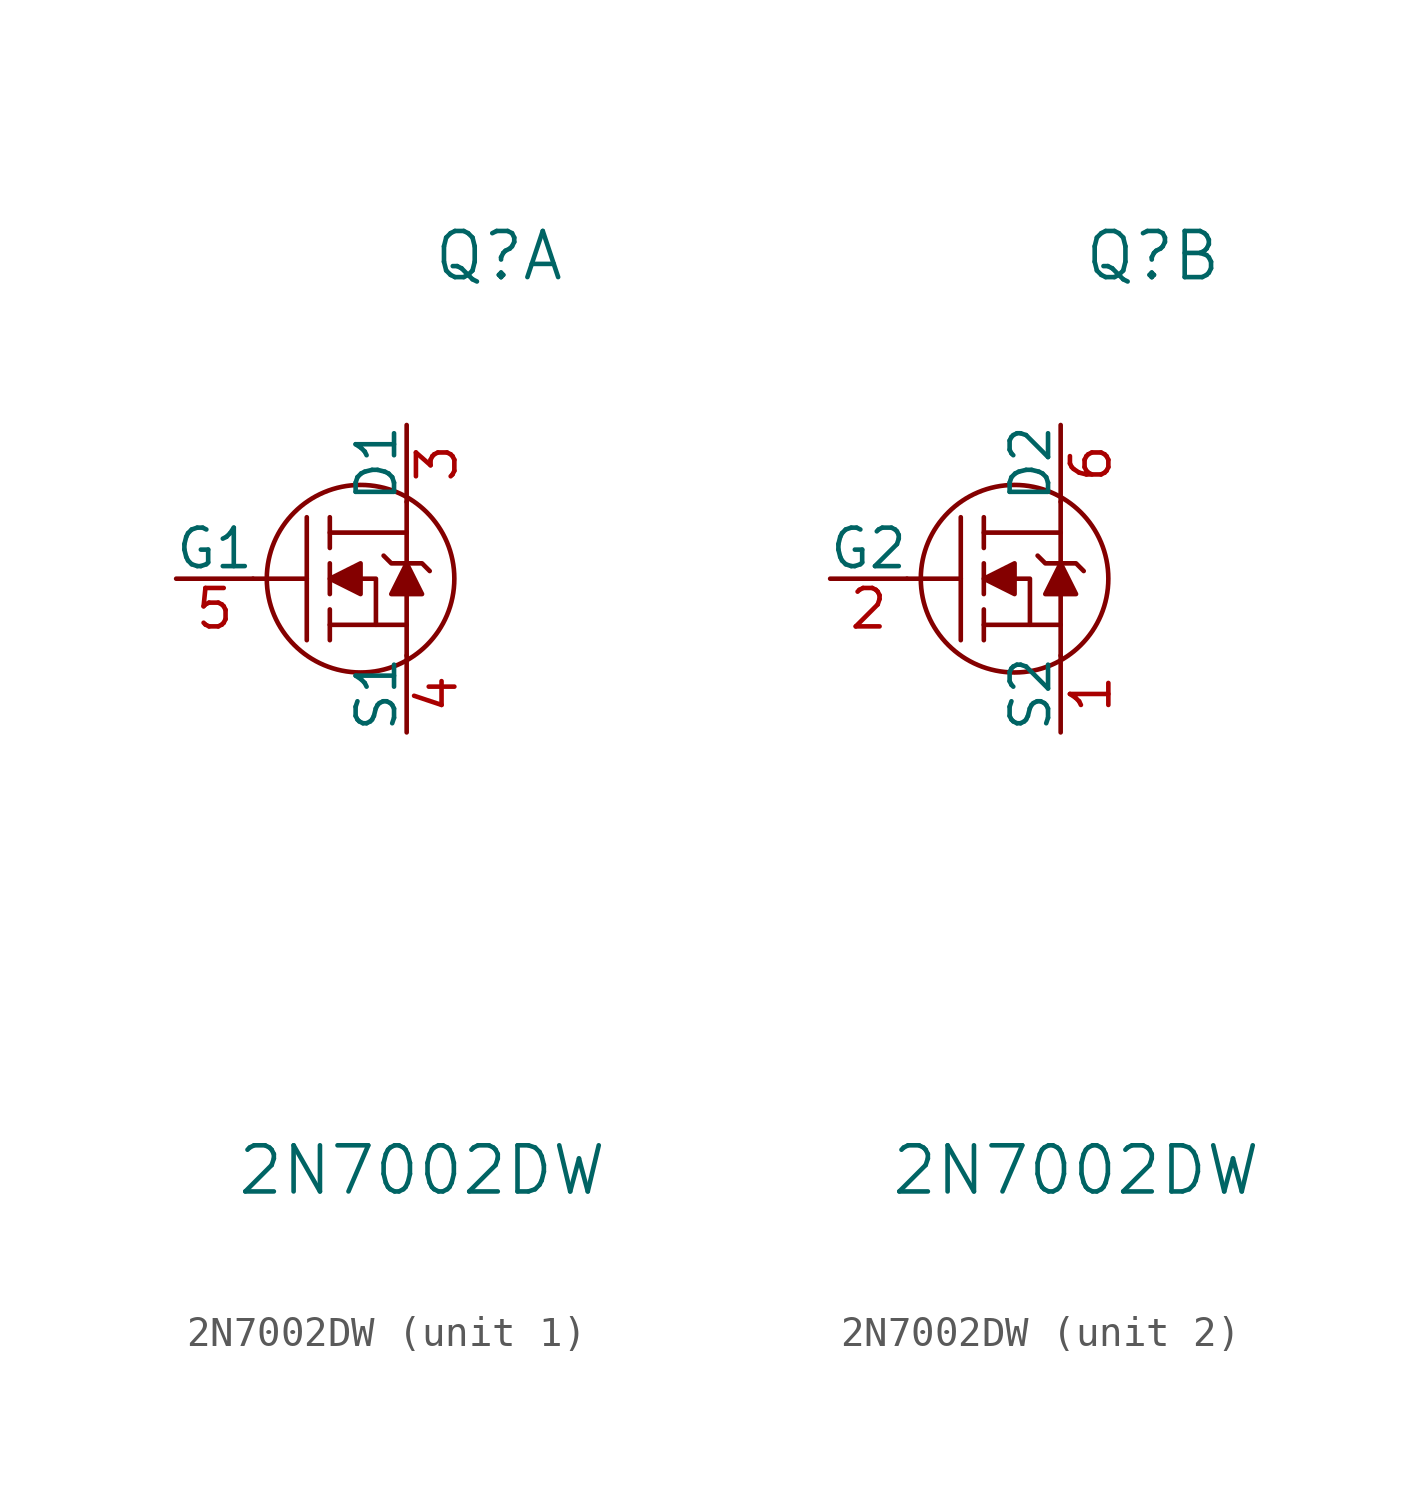
<source format=kicad_sym>
(kicad_symbol_lib
  (version 20231120)
  (generator "kicad_symbol_editor")
  (generator_version "8.0")
  (symbol "2N7002DW"
    (pin_names
      (offset 0))
    (property "Reference" "Q"
      (at 8.128 10.668 0)
      (effects (font (size 1.524 1.524))))
    (property "Value" "2N7002DW"
      (at 5.588 -19.558 0)
      (effects (font (size 1.524 1.524))))
    (property "ki_locked" ""
      (at 0 0 0)
      (effects (font (size 1.27 1.27))))
    (symbol "2N7002DW_1_1"
      (polyline (pts (xy 0 0) (xy 1.778 0)) (stroke (width 0) (type default)) (fill (type none)))
      (polyline (pts (xy 1.778 -2.032) (xy 1.778 2.032)) (stroke (width 0) (type default)) (fill (type none)))
      (polyline (pts (xy 2.54 -2.032) (xy 2.54 -1.016)) (stroke (width 0) (type default)) (fill (type none)))
      (polyline (pts (xy 2.54 -0.508) (xy 2.54 0.508)) (stroke (width 0) (type default)) (fill (type none)))
      (polyline (pts (xy 2.54 1.016) (xy 2.54 2.032)) (stroke (width 0) (type default)) (fill (type none)))
      (polyline (pts (xy 5.08 -1.524) (xy 5.08 -2.54)) (stroke (width 0) (type default)) (fill (type none)))
      (polyline (pts (xy 5.08 2.54) (xy 5.08 1.524)) (stroke (width 0) (type default)) (fill (type none)))
      (polyline (pts (xy 4.064 -1.524) (xy 4.064 0) (xy 3.556 0)) (stroke (width 0) (type default)) (fill (type none)))
      (polyline (pts (xy 5.08 -0.508) (xy 5.08 -1.524) (xy 2.54 -1.524)) (stroke (width 0) (type default)) (fill (type none)))
      (polyline (pts (xy 5.08 0.508) (xy 5.08 1.524) (xy 2.54 1.524)) (stroke (width 0) (type default)) (fill (type none)))
      (polyline (pts (xy 2.54 0) (xy 3.556 0.508) (xy 3.556 -0.508) (xy 2.54 0)) (stroke (width 0) (type default)) (fill (type outline)))
      (polyline (pts (xy 4.318 0.762) (xy 4.572 0.508) (xy 5.588 0.508) (xy 5.842 0.254)) (stroke (width 0) (type default)) (fill (type none)))
      (polyline (pts (xy 5.08 0.508) (xy 5.588 -0.508) (xy 4.572 -0.508) (xy 5.08 0.508)) (stroke (width 0) (type default)) (fill (type outline)))
      (circle (center 3.556 0) (radius 3.1) (stroke (width 0) (type default)) (fill (type none)))
      (pin passive line (at 5.08 5.08 270) (length 2.54) (name "D1" (effects (font (size 1.27 1.27)))) (number "3" (effects (font (size 1.27 1.27)))))
      (pin passive line (at 5.08 -5.08 90) (length 2.54) (name "S1" (effects (font (size 1.27 1.27)))) (number "4" (effects (font (size 1.27 1.27)))))
      (pin passive line (at -2.54 0 0) (length 2.54) (name "G1" (effects (font (size 1.27 1.27)))) (number "5" (effects (font (size 1.27 1.27))))))
    (symbol "2N7002DW_2_1"
      (polyline (pts (xy 0 0) (xy 1.778 0)) (stroke (width 0) (type default)) (fill (type none)))
      (polyline (pts (xy 1.778 -2.032) (xy 1.778 2.032)) (stroke (width 0) (type default)) (fill (type none)))
      (polyline (pts (xy 2.54 -2.032) (xy 2.54 -1.016)) (stroke (width 0) (type default)) (fill (type none)))
      (polyline (pts (xy 2.54 -0.508) (xy 2.54 0.508)) (stroke (width 0) (type default)) (fill (type none)))
      (polyline (pts (xy 2.54 1.016) (xy 2.54 2.032)) (stroke (width 0) (type default)) (fill (type none)))
      (polyline (pts (xy 5.08 -1.524) (xy 5.08 -2.54)) (stroke (width 0) (type default)) (fill (type none)))
      (polyline (pts (xy 5.08 2.54) (xy 5.08 1.524)) (stroke (width 0) (type default)) (fill (type none)))
      (polyline (pts (xy 4.064 -1.524) (xy 4.064 0) (xy 3.556 0)) (stroke (width 0) (type default)) (fill (type none)))
      (polyline (pts (xy 5.08 -0.508) (xy 5.08 -1.524) (xy 2.54 -1.524)) (stroke (width 0) (type default)) (fill (type none)))
      (polyline (pts (xy 5.08 0.508) (xy 5.08 1.524) (xy 2.54 1.524)) (stroke (width 0) (type default)) (fill (type none)))
      (polyline (pts (xy 2.54 0) (xy 3.556 0.508) (xy 3.556 -0.508) (xy 2.54 0)) (stroke (width 0) (type default)) (fill (type outline)))
      (polyline (pts (xy 4.318 0.762) (xy 4.572 0.508) (xy 5.588 0.508) (xy 5.842 0.254)) (stroke (width 0) (type default)) (fill (type none)))
      (polyline (pts (xy 5.08 0.508) (xy 5.588 -0.508) (xy 4.572 -0.508) (xy 5.08 0.508)) (stroke (width 0) (type default)) (fill (type outline)))
      (circle (center 3.556 0) (radius 3.1) (stroke (width 0) (type default)) (fill (type none)))
      (pin passive line (at 5.08 -5.08 90) (length 2.54) (name "S2" (effects (font (size 1.27 1.27)))) (number "1" (effects (font (size 1.27 1.27)))))
      (pin passive line (at -2.54 0 0) (length 2.54) (name "G2" (effects (font (size 1.27 1.27)))) (number "2" (effects (font (size 1.27 1.27)))))
      (pin passive line (at 5.08 5.08 270) (length 2.54) (name "D2" (effects (font (size 1.27 1.27)))) (number "6" (effects (font (size 1.27 1.27))))))))
</source>
